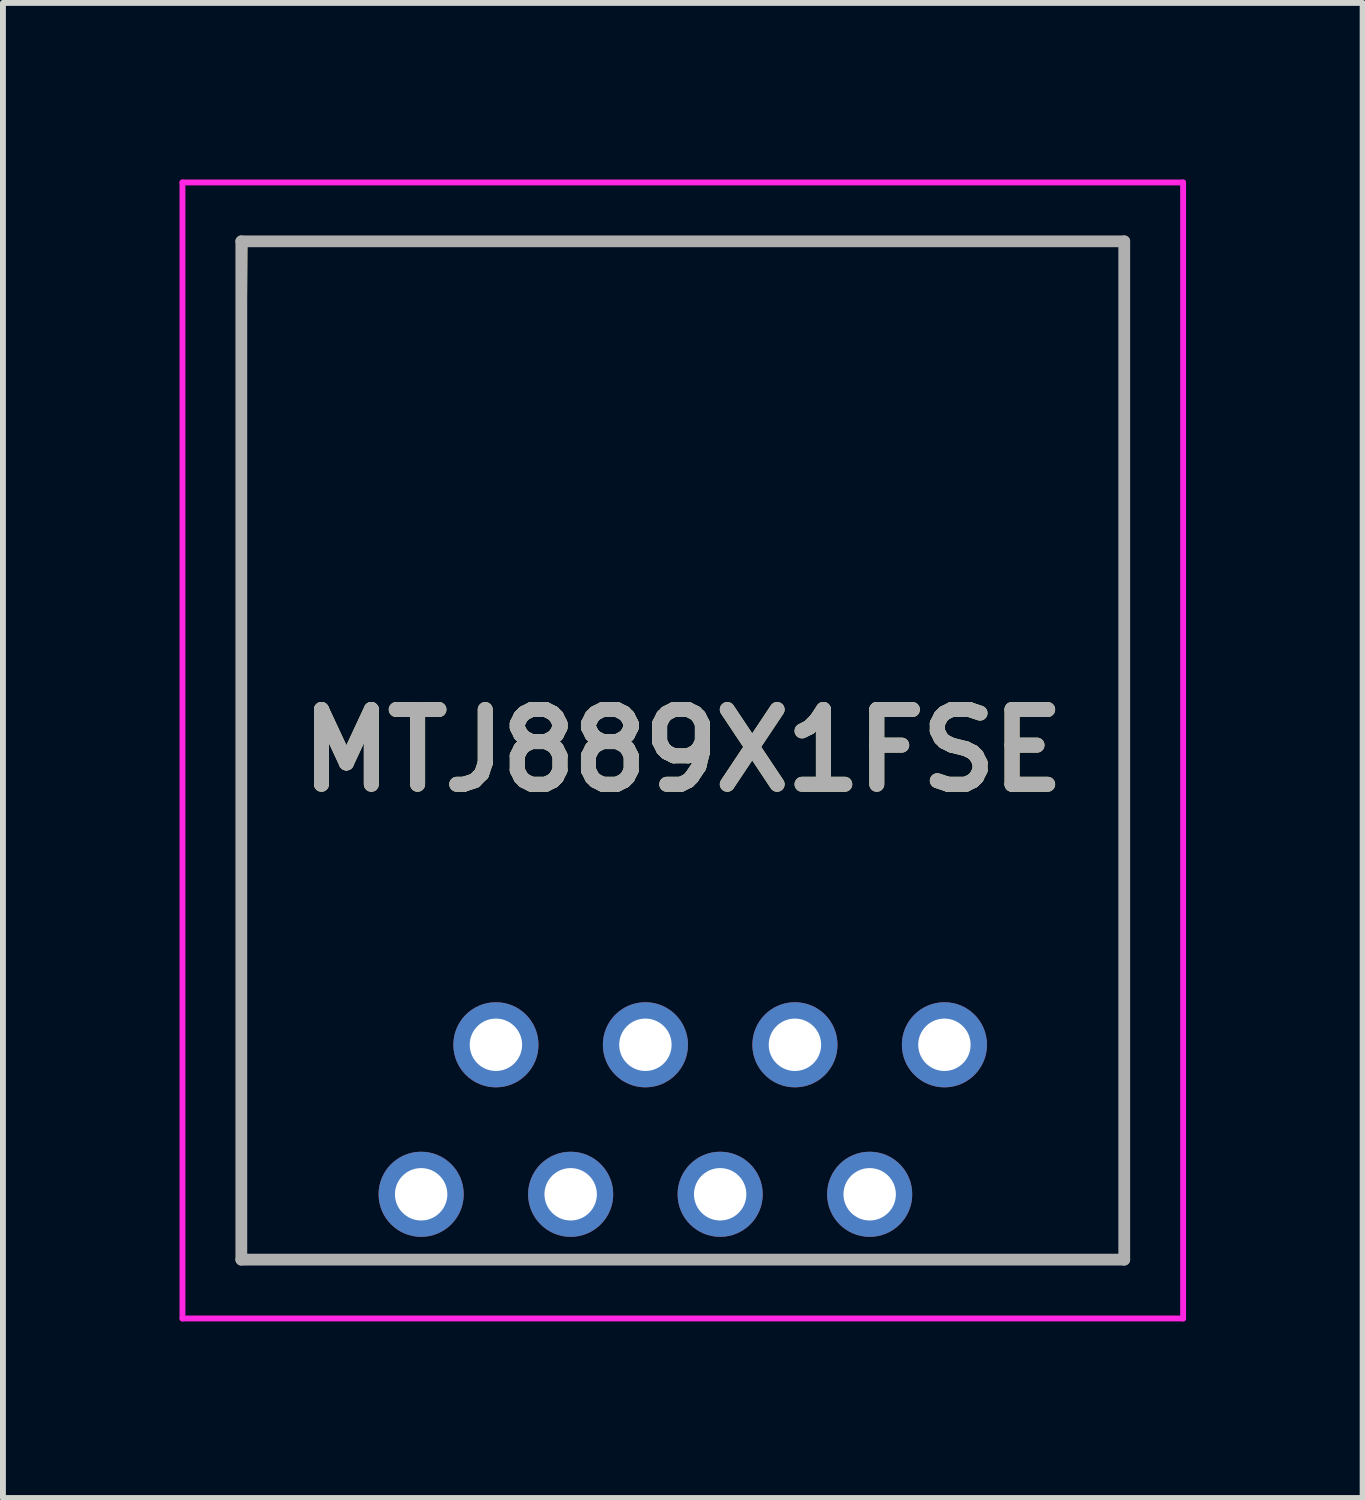
<source format=kicad_pcb>
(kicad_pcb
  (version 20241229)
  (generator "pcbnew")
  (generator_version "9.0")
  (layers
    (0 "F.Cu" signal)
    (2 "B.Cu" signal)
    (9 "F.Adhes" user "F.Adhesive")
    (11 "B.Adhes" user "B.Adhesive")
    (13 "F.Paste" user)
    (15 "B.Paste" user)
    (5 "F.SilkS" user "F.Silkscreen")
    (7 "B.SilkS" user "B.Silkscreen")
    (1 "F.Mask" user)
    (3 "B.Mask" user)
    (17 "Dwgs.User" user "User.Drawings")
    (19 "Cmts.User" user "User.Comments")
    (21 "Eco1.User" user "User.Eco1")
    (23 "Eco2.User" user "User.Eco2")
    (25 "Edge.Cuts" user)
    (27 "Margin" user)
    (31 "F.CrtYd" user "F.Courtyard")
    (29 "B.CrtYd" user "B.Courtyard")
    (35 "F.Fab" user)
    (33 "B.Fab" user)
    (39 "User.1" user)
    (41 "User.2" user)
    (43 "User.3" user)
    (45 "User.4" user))
  (footprint "MTJ889X1FSE"
    (layer "F.Cu")
    (at 4.105 17.24)
    (property "Reference" "MTJ889X1FSE" (at 4.445 -7.54 0) (layer "F.SilkS") (effects (font (size 1.27 1.27) (thickness 0.254))))
    (attr through_hole)
    (fp_line (start -3.055 -9.89) (end -3 -16.19) (stroke (width 0.1) (type solid)) (layer "F.SilkS"))
    (fp_line (start -3.055 -7.89) (end -3.055 1.11) (stroke (width 0.1) (type solid)) (layer "F.SilkS"))
    (fp_line (start -3.055 1.11) (end 11.945 1.11) (stroke (width 0.1) (type solid)) (layer "F.SilkS"))
    (fp_line (start -3 -16.19) (end 11.945 -16.19) (stroke (width 0.1) (type solid)) (layer "F.SilkS"))
    (fp_line (start 11.945 -16.19) (end 11.945 -9.89) (stroke (width 0.1) (type solid)) (layer "F.SilkS"))
    (fp_line (start 11.945 1.11) (end 11.945 -7.89) (stroke (width 0.1) (type solid)) (layer "F.SilkS"))
    (fp_line (start -4.055 -17.19) (end 12.945 -17.19) (stroke (width 0.1) (type solid)) (layer "F.CrtYd"))
    (fp_line (start -4.055 2.11) (end -4.055 -17.19) (stroke (width 0.1) (type solid)) (layer "F.CrtYd"))
    (fp_line (start 12.945 -17.19) (end 12.945 2.11) (stroke (width 0.1) (type solid)) (layer "F.CrtYd"))
    (fp_line (start 12.945 2.11) (end -4.055 2.11) (stroke (width 0.1) (type solid)) (layer "F.CrtYd"))
    (fp_line (start -3.055 -16.19) (end 11.945 -16.19) (stroke (width 0.2) (type solid)) (layer "F.Fab"))
    (fp_line (start -3.055 1.11) (end -3.055 -16.19) (stroke (width 0.2) (type solid)) (layer "F.Fab"))
    (fp_line (start 11.945 -16.19) (end 11.945 1.11) (stroke (width 0.2) (type solid)) (layer "F.Fab"))
    (fp_line (start 11.945 1.11) (end -3.055 1.11) (stroke (width 0.2) (type solid)) (layer "F.Fab"))
    (fp_text user "${REFERENCE}" (at 4.445 -7.54 0) (layer "F.Fab") (effects (font (size 1.27 1.27) (thickness 0.254))))
    (pad "" np_thru_hole circle (at -1.27 -8.89) (size 0.001 0.001) (drill 3.2) (layers "*.Cu" "*.Mask"))
    (pad "" np_thru_hole circle (at 10.16 -8.89) (size 0.001 0.001) (drill 3.2) (layers "*.Cu" "*.Mask"))
    (pad "1" thru_hole circle (at 0 0) (size 1.446 1.446) (drill 0.89) (layers "*.Cu" "*.Mask"))
    (pad "2" thru_hole circle (at 1.27 -2.54) (size 1.446 1.446) (drill 0.89) (layers "*.Cu" "*.Mask"))
    (pad "3" thru_hole circle (at 2.54 0) (size 1.446 1.446) (drill 0.89) (layers "*.Cu" "*.Mask"))
    (pad "4" thru_hole circle (at 3.81 -2.54) (size 1.446 1.446) (drill 0.89) (layers "*.Cu" "*.Mask"))
    (pad "5" thru_hole circle (at 5.08 0) (size 1.446 1.446) (drill 0.89) (layers "*.Cu" "*.Mask"))
    (pad "6" thru_hole circle (at 6.35 -2.54) (size 1.446 1.446) (drill 0.89) (layers "*.Cu" "*.Mask"))
    (pad "7" thru_hole circle (at 7.62 0) (size 1.446 1.446) (drill 0.89) (layers "*.Cu" "*.Mask"))
    (pad "8" thru_hole circle (at 8.89 -2.54) (size 1.446 1.446) (drill 0.89) (layers "*.Cu" "*.Mask")))
  (gr_rect
    (start -3 -3)
    (end 20.1 22.4)
    (stroke (width 0.1) (type default))
    (fill no)
    (layer "Edge.Cuts")))
</source>
